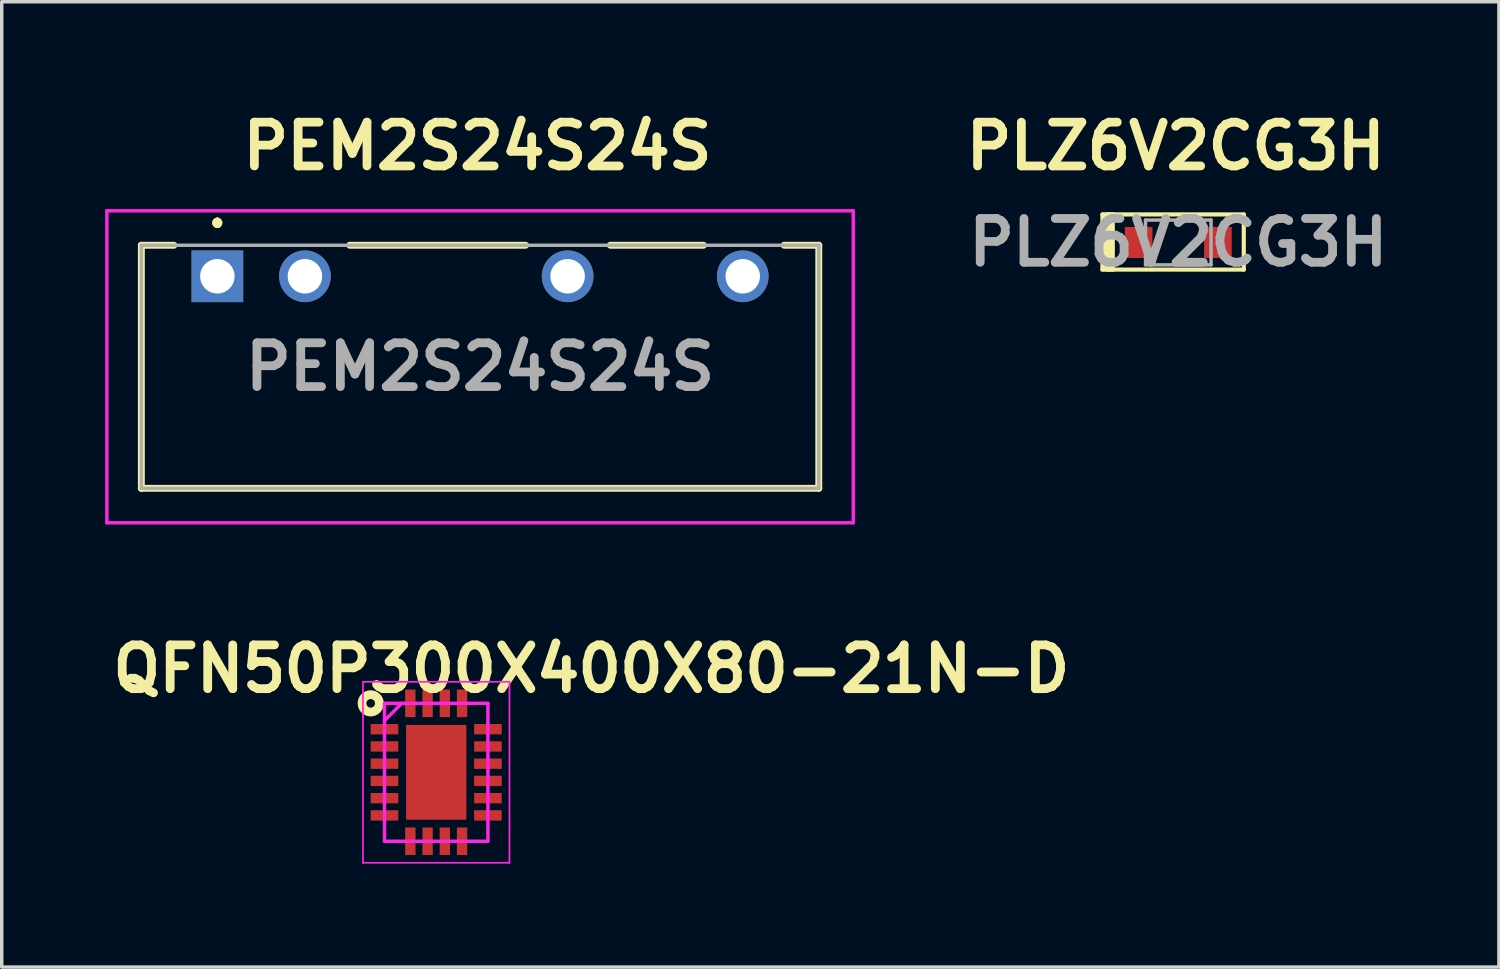
<source format=kicad_pcb>
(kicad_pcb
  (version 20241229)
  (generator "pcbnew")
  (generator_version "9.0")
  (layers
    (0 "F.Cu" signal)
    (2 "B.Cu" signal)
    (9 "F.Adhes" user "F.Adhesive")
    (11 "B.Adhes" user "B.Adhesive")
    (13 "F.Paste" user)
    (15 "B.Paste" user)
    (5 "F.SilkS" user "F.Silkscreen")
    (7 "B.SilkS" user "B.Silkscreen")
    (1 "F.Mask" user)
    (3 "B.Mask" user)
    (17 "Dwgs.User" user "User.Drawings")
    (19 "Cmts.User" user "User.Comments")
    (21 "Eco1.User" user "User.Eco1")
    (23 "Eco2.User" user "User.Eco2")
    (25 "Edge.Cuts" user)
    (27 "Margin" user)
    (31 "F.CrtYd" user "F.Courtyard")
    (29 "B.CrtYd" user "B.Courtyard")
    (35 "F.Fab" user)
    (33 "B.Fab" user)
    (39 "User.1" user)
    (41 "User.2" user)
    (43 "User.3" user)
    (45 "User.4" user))
  (footprint "QFN50P300X400X80-21N-D"
    (layer "F.Cu")
    (at 9.603 19.352)
    (property "Reference" "QFN50P300X400X80-21N-D" (at 4.5 -3 0) (layer "F.SilkS") (effects (font (size 1.27 1.27) (thickness 0.254))))
    (attr smd)
    (fp_circle (center -1.9 -2) (end -1.775 -2) (stroke (width 0.254) (type solid)) (fill no) (layer "F.SilkS"))
    (fp_line (start -2.125 -2.625) (end 2.125 -2.625) (stroke (width 0.05) (type solid)) (layer "F.CrtYd"))
    (fp_line (start -2.125 2.625) (end -2.125 -2.625) (stroke (width 0.05) (type solid)) (layer "F.CrtYd"))
    (fp_line (start -1.5 -2) (end 1.5 -2) (stroke (width 0.1) (type solid)) (layer "F.CrtYd"))
    (fp_line (start -1.5 -1.5) (end -1 -2) (stroke (width 0.1) (type solid)) (layer "F.CrtYd"))
    (fp_line (start -1.5 2) (end -1.5 -2) (stroke (width 0.1) (type solid)) (layer "F.CrtYd"))
    (fp_line (start 1.5 -2) (end 1.5 2) (stroke (width 0.1) (type solid)) (layer "F.CrtYd"))
    (fp_line (start 1.5 2) (end -1.5 2) (stroke (width 0.1) (type solid)) (layer "F.CrtYd"))
    (fp_line (start 2.125 -2.625) (end 2.125 2.625) (stroke (width 0.05) (type solid)) (layer "F.CrtYd"))
    (fp_line (start 2.125 2.625) (end -2.125 2.625) (stroke (width 0.05) (type solid)) (layer "F.CrtYd"))
    (pad "1" smd rect (at -1.5 -1.25 90) (size 0.3 0.8) (layers "F.Cu" "F.Mask" "F.Paste"))
    (pad "2" smd rect (at -1.5 -0.75 90) (size 0.3 0.8) (layers "F.Cu" "F.Mask" "F.Paste"))
    (pad "3" smd rect (at -1.5 -0.25 90) (size 0.3 0.8) (layers "F.Cu" "F.Mask" "F.Paste"))
    (pad "4" smd rect (at -1.5 0.25 90) (size 0.3 0.8) (layers "F.Cu" "F.Mask" "F.Paste"))
    (pad "5" smd rect (at -1.5 0.75 90) (size 0.3 0.8) (layers "F.Cu" "F.Mask" "F.Paste"))
    (pad "6" smd rect (at -1.5 1.25 90) (size 0.3 0.8) (layers "F.Cu" "F.Mask" "F.Paste"))
    (pad "7" smd rect (at -0.75 2) (size 0.3 0.8) (layers "F.Cu" "F.Mask" "F.Paste"))
    (pad "8" smd rect (at -0.25 2) (size 0.3 0.8) (layers "F.Cu" "F.Mask" "F.Paste"))
    (pad "9" smd rect (at 0.25 2) (size 0.3 0.8) (layers "F.Cu" "F.Mask" "F.Paste"))
    (pad "10" smd rect (at 0.75 2) (size 0.3 0.8) (layers "F.Cu" "F.Mask" "F.Paste"))
    (pad "11" smd rect (at 1.5 1.25 90) (size 0.3 0.8) (layers "F.Cu" "F.Mask" "F.Paste"))
    (pad "12" smd rect (at 1.5 0.75 90) (size 0.3 0.8) (layers "F.Cu" "F.Mask" "F.Paste"))
    (pad "13" smd rect (at 1.5 0.25 90) (size 0.3 0.8) (layers "F.Cu" "F.Mask" "F.Paste"))
    (pad "14" smd rect (at 1.5 -0.25 90) (size 0.3 0.8) (layers "F.Cu" "F.Mask" "F.Paste"))
    (pad "15" smd rect (at 1.5 -0.75 90) (size 0.3 0.8) (layers "F.Cu" "F.Mask" "F.Paste"))
    (pad "16" smd rect (at 1.5 -1.25 90) (size 0.3 0.8) (layers "F.Cu" "F.Mask" "F.Paste"))
    (pad "17" smd rect (at 0.75 -2) (size 0.3 0.8) (layers "F.Cu" "F.Mask" "F.Paste"))
    (pad "18" smd rect (at 0.25 -2) (size 0.3 0.8) (layers "F.Cu" "F.Mask" "F.Paste"))
    (pad "19" smd rect (at -0.25 -2) (size 0.3 0.8) (layers "F.Cu" "F.Mask" "F.Paste"))
    (pad "20" smd rect (at -0.75 -2) (size 0.3 0.8) (layers "F.Cu" "F.Mask" "F.Paste"))
    (pad "21" smd rect (at 0 0) (size 1.75 2.75) (layers "F.Cu" "F.Mask" "F.Paste")))
  (footprint "PEM2S24S24S"
    (layer "F.Cu")
    (at 10.8 7.639)
    (property "Reference" "PEM2S24S24S" (at 0 -6.45 0) (layer "F.SilkS") (effects (font (size 1.27 1.27) (thickness 0.254))))
    (attr through_hole)
    (fp_line (start -9.75 -3.575) (end -9.75 3.475) (stroke (width 0.2) (type solid)) (layer "F.SilkS"))
    (fp_line (start -9.75 3.475) (end 9.9 3.475) (stroke (width 0.2) (type solid)) (layer "F.SilkS"))
    (fp_line (start -8.805 -3.575) (end -9.75 -3.575) (stroke (width 0.2) (type solid)) (layer "F.SilkS"))
    (fp_line (start -7.545 -4.275) (end -7.545 -4.275) (stroke (width 0.2) (type solid)) (layer "F.SilkS"))
    (fp_line (start -7.545 -4.275) (end -7.545 -4.275) (stroke (width 0.2) (type solid)) (layer "F.SilkS"))
    (fp_line (start -7.545 -4.175) (end -7.545 -4.175) (stroke (width 0.2) (type solid)) (layer "F.SilkS"))
    (fp_line (start 1.395 -3.575) (end -3.705 -3.575) (stroke (width 0.2) (type solid)) (layer "F.SilkS"))
    (fp_line (start 3.855 -3.575) (end 6.555 -3.575) (stroke (width 0.2) (type solid)) (layer "F.SilkS"))
    (fp_line (start 9.9 -3.575) (end 8.895 -3.575) (stroke (width 0.2) (type solid)) (layer "F.SilkS"))
    (fp_line (start 9.9 3.475) (end 9.9 -3.575) (stroke (width 0.2) (type solid)) (layer "F.SilkS"))
    (fp_arc (start -7.545 -4.275) (mid -7.495 -4.225) (end -7.545 -4.175) (stroke (width 0.2) (type solid)) (layer "F.SilkS"))
    (fp_arc (start -7.545 -4.175) (mid -7.595 -4.225) (end -7.545 -4.275) (stroke (width 0.2) (type solid)) (layer "F.SilkS"))
    (fp_arc (start -7.545 -4.175) (mid -7.595 -4.225) (end -7.545 -4.275) (stroke (width 0.2) (type solid)) (layer "F.SilkS"))
    (fp_line (start -10.75 -4.575) (end 10.9 -4.575) (stroke (width 0.1) (type solid)) (layer "F.CrtYd"))
    (fp_line (start -10.75 4.475) (end -10.75 -4.575) (stroke (width 0.1) (type solid)) (layer "F.CrtYd"))
    (fp_line (start 10.9 -4.575) (end 10.9 4.475) (stroke (width 0.1) (type solid)) (layer "F.CrtYd"))
    (fp_line (start 10.9 4.475) (end -10.75 4.475) (stroke (width 0.1) (type solid)) (layer "F.CrtYd"))
    (fp_line (start -9.75 -3.575) (end -9.75 3.475) (stroke (width 0.1) (type solid)) (layer "F.Fab"))
    (fp_line (start -9.75 3.475) (end 9.9 3.475) (stroke (width 0.1) (type solid)) (layer "F.Fab"))
    (fp_line (start 9.9 -3.575) (end -9.75 -3.575) (stroke (width 0.1) (type solid)) (layer "F.Fab"))
    (fp_line (start 9.9 3.475) (end 9.9 -3.575) (stroke (width 0.1) (type solid)) (layer "F.Fab"))
    (fp_text user "${REFERENCE}" (at 0.075 -0.05 0) (layer "F.Fab") (effects (font (size 1.27 1.27) (thickness 0.254))))
    (pad "1" thru_hole rect (at -7.545 -2.675) (size 1.5 1.5) (drill 1) (layers "*.Cu" "*.Mask"))
    (pad "2" thru_hole circle (at -5.005 -2.675) (size 1.5 1.5) (drill 1) (layers "*.Cu" "*.Mask"))
    (pad "5" thru_hole circle (at 2.615 -2.675) (size 1.5 1.5) (drill 1) (layers "*.Cu" "*.Mask"))
    (pad "7" thru_hole circle (at 7.695 -2.675) (size 1.5 1.5) (drill 1) (layers "*.Cu" "*.Mask")))
  (footprint "PLZ6V2CG3H"
    (layer "F.Cu")
    (at 31.128 3.983)
    (property "Reference" "PLZ6V2CG3H" (at -0.076 -2.794 0) (layer "F.SilkS") (effects (font (size 1.27 1.27) (thickness 0.254))))
    (attr smd)
    (fp_line (start -2.2 -0.813) (end -1.9 -0.813) (stroke (width 0.12) (type solid)) (layer "F.SilkS"))
    (fp_line (start -2.2 0.787) (end -2.2 -0.813) (stroke (width 0.12) (type solid)) (layer "F.SilkS"))
    (fp_line (start -2.2 0.787) (end -1.9 0.787) (stroke (width 0.12) (type solid)) (layer "F.SilkS"))
    (fp_line (start -2.1 0.787) (end -2.1 -0.813) (stroke (width 0.12) (type solid)) (layer "F.SilkS"))
    (fp_line (start -2 -0.813) (end -2 0.787) (stroke (width 0.12) (type solid)) (layer "F.SilkS"))
    (fp_line (start -1.957 -0.813) (end -2.057 -0.813) (stroke (width 0.12) (type solid)) (layer "F.SilkS"))
    (fp_line (start -1.95 0.787) (end -2.05 0.787) (stroke (width 0.12) (type solid)) (layer "F.SilkS"))
    (fp_line (start -1.9 -0.813) (end -1.9 0.787) (stroke (width 0.12) (type solid)) (layer "F.SilkS"))
    (fp_line (start -1.9 -0.813) (end 1.9 -0.813) (stroke (width 0.12) (type solid)) (layer "F.SilkS"))
    (fp_line (start 1.9 -0.813) (end 1.9 0.787) (stroke (width 0.12) (type solid)) (layer "F.SilkS"))
    (fp_line (start 1.9 0.787) (end -1.9 0.787) (stroke (width 0.12) (type solid)) (layer "F.SilkS"))
    (fp_line (start -0.95 -0.65) (end 0.95 -0.65) (stroke (width 0.1) (type solid)) (layer "F.Fab"))
    (fp_line (start -0.95 0.65) (end -0.95 -0.65) (stroke (width 0.1) (type solid)) (layer "F.Fab"))
    (fp_line (start 0.95 -0.65) (end 0.95 0.65) (stroke (width 0.1) (type solid)) (layer "F.Fab"))
    (fp_line (start 0.95 0.65) (end -0.95 0.65) (stroke (width 0.1) (type solid)) (layer "F.Fab"))
    (fp_text user "${REFERENCE}" (at 0 0 0) (layer "F.Fab") (effects (font (size 1.27 1.27) (thickness 0.254))))
    (pad "A" smd rect (at 1.15 0) (size 0.8 0.9) (layers "F.Cu" "F.Mask" "F.Paste"))
    (pad "C" smd rect (at -1.15 0) (size 0.8 0.9) (layers "F.Cu" "F.Mask" "F.Paste")))
  (gr_rect
    (start -3 -3)
    (end 40.429 25.002)
    (stroke (width 0.1) (type default))
    (fill no)
    (layer "Edge.Cuts")))
</source>
